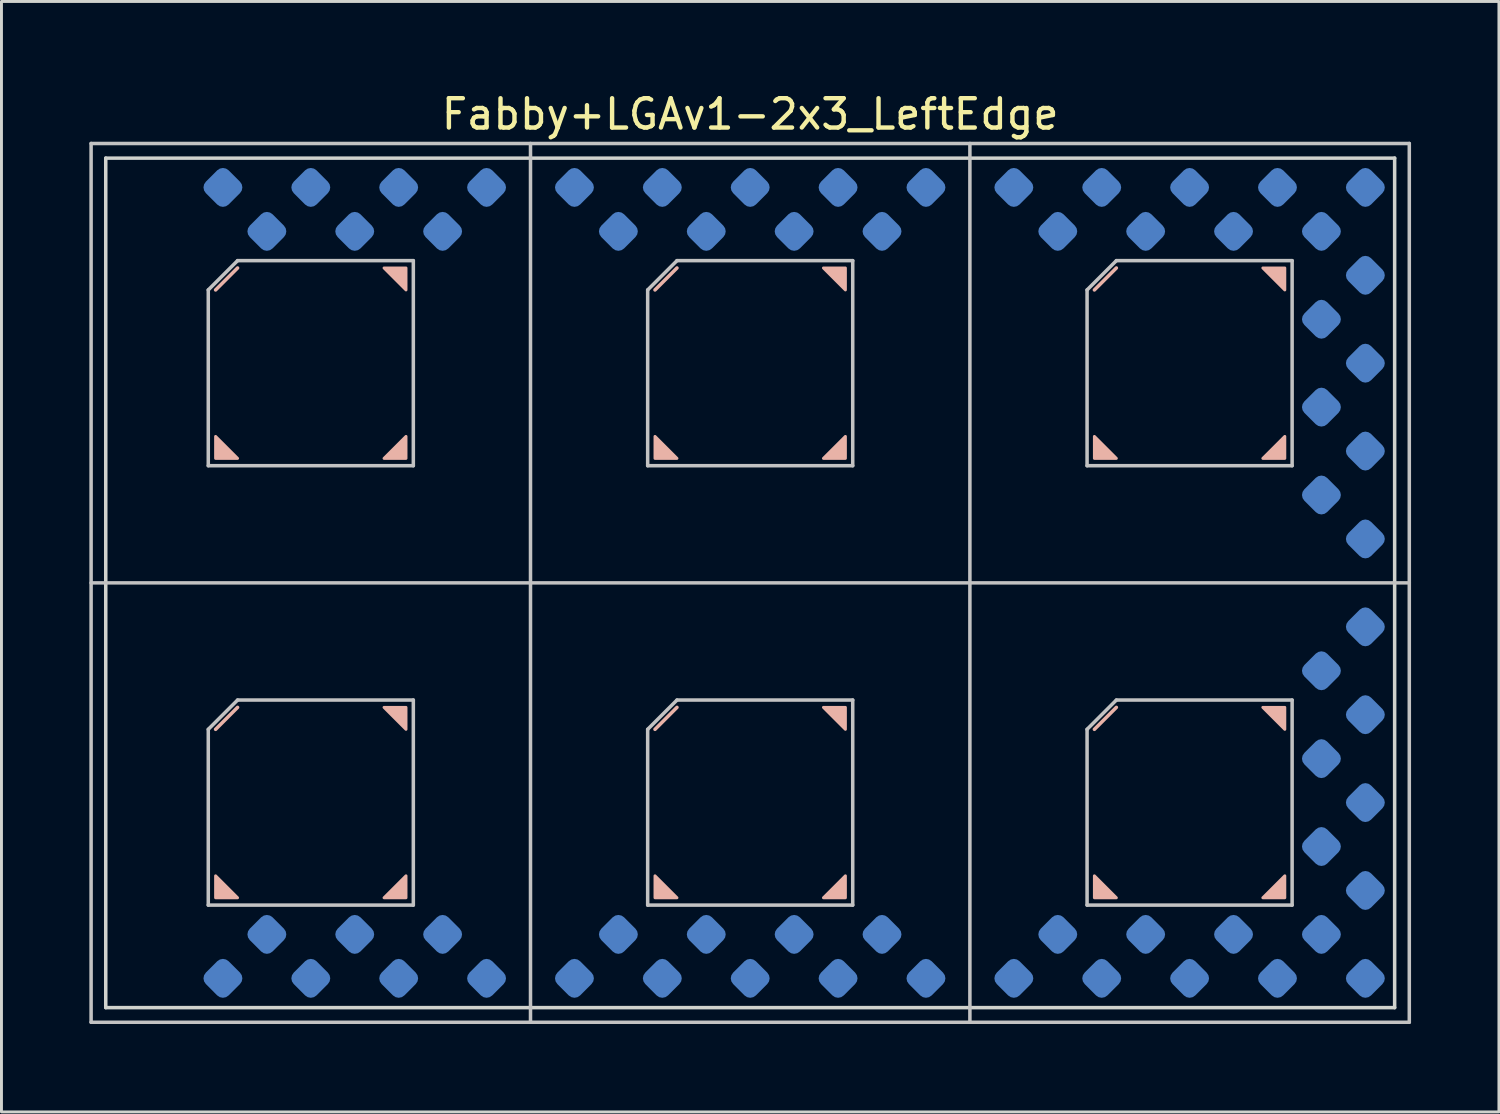
<source format=kicad_pcb>
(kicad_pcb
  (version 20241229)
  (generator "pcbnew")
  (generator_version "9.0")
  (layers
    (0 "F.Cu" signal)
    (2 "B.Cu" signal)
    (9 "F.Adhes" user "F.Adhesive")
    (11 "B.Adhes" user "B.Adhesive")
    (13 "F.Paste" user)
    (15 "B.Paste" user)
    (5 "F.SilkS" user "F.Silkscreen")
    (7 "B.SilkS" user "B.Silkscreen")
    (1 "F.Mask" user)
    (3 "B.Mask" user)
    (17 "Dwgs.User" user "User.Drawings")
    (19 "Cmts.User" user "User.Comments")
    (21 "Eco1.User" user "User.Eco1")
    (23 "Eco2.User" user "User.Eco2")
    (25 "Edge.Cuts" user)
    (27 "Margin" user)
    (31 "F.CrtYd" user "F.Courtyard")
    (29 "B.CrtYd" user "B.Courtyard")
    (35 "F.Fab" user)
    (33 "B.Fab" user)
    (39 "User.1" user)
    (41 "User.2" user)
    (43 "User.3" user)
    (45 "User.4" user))
  (footprint "Fabby+LGAv1-2x3_LeftEdge"
    (layer "F.Cu")
    (at 22.56 16.848)
    (property "Reference" "Fabby+LGAv1-2x3_LeftEdge" (at 0 -16 0) (layer "F.SilkS") (effects (font (size 1 1) (thickness 0.15))))
    (attr through_hole)
    (fp_line (start -17.5 -10.75) (end -18.25 -10) (stroke (width 0.12) (type solid)) (layer "B.SilkS"))
    (fp_line (start -17.5 4.25) (end -18.25 5) (stroke (width 0.12) (type solid)) (layer "B.SilkS"))
    (fp_line (start -2.5 -10.75) (end -3.25 -10) (stroke (width 0.12) (type solid)) (layer "B.SilkS"))
    (fp_line (start -2.5 4.25) (end -3.25 5) (stroke (width 0.12) (type solid)) (layer "B.SilkS"))
    (fp_line (start 12.5 -10.75) (end 11.75 -10) (stroke (width 0.12) (type solid)) (layer "B.SilkS"))
    (fp_line (start 12.5 4.25) (end 11.75 5) (stroke (width 0.12) (type solid)) (layer "B.SilkS"))
    (fp_poly (pts (xy -17.5 -4.25) (xy -18.25 -4.25) (xy -18.25 -5)) (stroke (width 0.1) (type solid)) (fill yes) (layer "B.SilkS"))
    (fp_poly (pts (xy -17.5 10.75) (xy -18.25 10.75) (xy -18.25 10)) (stroke (width 0.1) (type solid)) (fill yes) (layer "B.SilkS"))
    (fp_poly (pts (xy -11.75 -10) (xy -12.5 -10.75) (xy -11.75 -10.75)) (stroke (width 0.1) (type solid)) (fill yes) (layer "B.SilkS"))
    (fp_poly (pts (xy -11.75 -4.25) (xy -12.5 -4.25) (xy -11.75 -5)) (stroke (width 0.1) (type solid)) (fill yes) (layer "B.SilkS"))
    (fp_poly (pts (xy -11.75 5) (xy -12.5 4.25) (xy -11.75 4.25)) (stroke (width 0.1) (type solid)) (fill yes) (layer "B.SilkS"))
    (fp_poly (pts (xy -11.75 10.75) (xy -12.5 10.75) (xy -11.75 10)) (stroke (width 0.1) (type solid)) (fill yes) (layer "B.SilkS"))
    (fp_poly (pts (xy -2.5 -4.25) (xy -3.25 -4.25) (xy -3.25 -5)) (stroke (width 0.1) (type solid)) (fill yes) (layer "B.SilkS"))
    (fp_poly (pts (xy -2.5 10.75) (xy -3.25 10.75) (xy -3.25 10)) (stroke (width 0.1) (type solid)) (fill yes) (layer "B.SilkS"))
    (fp_poly (pts (xy 3.25 -10) (xy 2.5 -10.75) (xy 3.25 -10.75)) (stroke (width 0.1) (type solid)) (fill yes) (layer "B.SilkS"))
    (fp_poly (pts (xy 3.25 -4.25) (xy 2.5 -4.25) (xy 3.25 -5)) (stroke (width 0.1) (type solid)) (fill yes) (layer "B.SilkS"))
    (fp_poly (pts (xy 3.25 5) (xy 2.5 4.25) (xy 3.25 4.25)) (stroke (width 0.1) (type solid)) (fill yes) (layer "B.SilkS"))
    (fp_poly (pts (xy 3.25 10.75) (xy 2.5 10.75) (xy 3.25 10)) (stroke (width 0.1) (type solid)) (fill yes) (layer "B.SilkS"))
    (fp_poly (pts (xy 12.5 -4.25) (xy 11.75 -4.25) (xy 11.75 -5)) (stroke (width 0.1) (type solid)) (fill yes) (layer "B.SilkS"))
    (fp_poly (pts (xy 12.5 10.75) (xy 11.75 10.75) (xy 11.75 10)) (stroke (width 0.1) (type solid)) (fill yes) (layer "B.SilkS"))
    (fp_poly (pts (xy 18.25 -10) (xy 17.5 -10.75) (xy 18.25 -10.75)) (stroke (width 0.1) (type solid)) (fill yes) (layer "B.SilkS"))
    (fp_poly (pts (xy 18.25 -4.25) (xy 17.5 -4.25) (xy 18.25 -5)) (stroke (width 0.1) (type solid)) (fill yes) (layer "B.SilkS"))
    (fp_poly (pts (xy 18.25 5) (xy 17.5 4.25) (xy 18.25 4.25)) (stroke (width 0.1) (type solid)) (fill yes) (layer "B.SilkS"))
    (fp_poly (pts (xy 18.25 10.75) (xy 17.5 10.75) (xy 18.25 10)) (stroke (width 0.1) (type solid)) (fill yes) (layer "B.SilkS"))
    (fp_line (start -22.5 -15) (end 22.5 -15) (stroke (width 0.12) (type solid)) (layer "Dwgs.User"))
    (fp_line (start -22.5 15) (end -22.5 -15) (stroke (width 0.12) (type solid)) (layer "Dwgs.User"))
    (fp_line (start -18.5 -10) (end -18.5 -4) (stroke (width 0.12) (type solid)) (layer "Dwgs.User"))
    (fp_line (start -18.5 -4) (end -11.5 -4) (stroke (width 0.12) (type solid)) (layer "Dwgs.User"))
    (fp_line (start -18.5 5) (end -18.5 11) (stroke (width 0.12) (type solid)) (layer "Dwgs.User"))
    (fp_line (start -18.5 11) (end -11.5 11) (stroke (width 0.12) (type solid)) (layer "Dwgs.User"))
    (fp_line (start -17.5 -11) (end -18.5 -10) (stroke (width 0.12) (type solid)) (layer "Dwgs.User"))
    (fp_line (start -17.5 4) (end -18.5 5) (stroke (width 0.12) (type solid)) (layer "Dwgs.User"))
    (fp_line (start -11.5 -11) (end -17.5 -11) (stroke (width 0.12) (type solid)) (layer "Dwgs.User"))
    (fp_line (start -11.5 -4) (end -11.5 -11) (stroke (width 0.12) (type solid)) (layer "Dwgs.User"))
    (fp_line (start -11.5 4) (end -17.5 4) (stroke (width 0.12) (type solid)) (layer "Dwgs.User"))
    (fp_line (start -11.5 11) (end -11.5 4) (stroke (width 0.12) (type solid)) (layer "Dwgs.User"))
    (fp_line (start -7.5 -15) (end -7.5 15) (stroke (width 0.12) (type solid)) (layer "Dwgs.User"))
    (fp_line (start -3.5 -10) (end -3.5 -4) (stroke (width 0.12) (type solid)) (layer "Dwgs.User"))
    (fp_line (start -3.5 -4) (end 3.5 -4) (stroke (width 0.12) (type solid)) (layer "Dwgs.User"))
    (fp_line (start -3.5 5) (end -3.5 11) (stroke (width 0.12) (type solid)) (layer "Dwgs.User"))
    (fp_line (start -3.5 11) (end 3.5 11) (stroke (width 0.12) (type solid)) (layer "Dwgs.User"))
    (fp_line (start -2.5 -11) (end -3.5 -10) (stroke (width 0.12) (type solid)) (layer "Dwgs.User"))
    (fp_line (start -2.5 4) (end -3.5 5) (stroke (width 0.12) (type solid)) (layer "Dwgs.User"))
    (fp_line (start 3.5 -11) (end -2.5 -11) (stroke (width 0.12) (type solid)) (layer "Dwgs.User"))
    (fp_line (start 3.5 -4) (end 3.5 -11) (stroke (width 0.12) (type solid)) (layer "Dwgs.User"))
    (fp_line (start 3.5 4) (end -2.5 4) (stroke (width 0.12) (type solid)) (layer "Dwgs.User"))
    (fp_line (start 3.5 11) (end 3.5 4) (stroke (width 0.12) (type solid)) (layer "Dwgs.User"))
    (fp_line (start 7.5 -15) (end 7.5 15) (stroke (width 0.12) (type solid)) (layer "Dwgs.User"))
    (fp_line (start 11.5 -10) (end 11.5 -4) (stroke (width 0.12) (type solid)) (layer "Dwgs.User"))
    (fp_line (start 11.5 -4) (end 18.5 -4) (stroke (width 0.12) (type solid)) (layer "Dwgs.User"))
    (fp_line (start 11.5 5) (end 11.5 11) (stroke (width 0.12) (type solid)) (layer "Dwgs.User"))
    (fp_line (start 11.5 11) (end 18.5 11) (stroke (width 0.12) (type solid)) (layer "Dwgs.User"))
    (fp_line (start 12.5 -11) (end 11.5 -10) (stroke (width 0.12) (type solid)) (layer "Dwgs.User"))
    (fp_line (start 12.5 4) (end 11.5 5) (stroke (width 0.12) (type solid)) (layer "Dwgs.User"))
    (fp_line (start 18.5 -11) (end 12.5 -11) (stroke (width 0.12) (type solid)) (layer "Dwgs.User"))
    (fp_line (start 18.5 -4) (end 18.5 -11) (stroke (width 0.12) (type solid)) (layer "Dwgs.User"))
    (fp_line (start 18.5 4) (end 12.5 4) (stroke (width 0.12) (type solid)) (layer "Dwgs.User"))
    (fp_line (start 18.5 11) (end 18.5 4) (stroke (width 0.12) (type solid)) (layer "Dwgs.User"))
    (fp_line (start 22.5 -15) (end 22.5 15) (stroke (width 0.12) (type solid)) (layer "Dwgs.User"))
    (fp_line (start 22.5 0) (end -22.5 0) (stroke (width 0.12) (type solid)) (layer "Dwgs.User"))
    (fp_line (start 22.5 15) (end -22.5 15) (stroke (width 0.12) (type solid)) (layer "Dwgs.User"))
    (fp_line (start -22 -14.5) (end 22 -14.5) (stroke (width 0.12) (type solid)) (layer "Edge.Cuts"))
    (fp_line (start -22 14.5) (end -22 -14.5) (stroke (width 0.12) (type solid)) (layer "Edge.Cuts"))
    (fp_line (start -22 14.5) (end 22 14.5) (stroke (width 0.12) (type solid)) (layer "Edge.Cuts"))
    (fp_line (start 22 -14.5) (end 22 14.5) (stroke (width 0.12) (type solid)) (layer "Edge.Cuts"))
    (pad "20" smd roundrect (at -18 13.5 45) (size 1.1 1.1) (layers "B.Cu" "B.Mask" "B.Paste") (roundrect_rratio 0.25))
    (pad "21" smd roundrect (at -16.5 12 45) (size 1.1 1.1) (layers "B.Cu" "B.Mask" "B.Paste") (roundrect_rratio 0.25))
    (pad "22" smd roundrect (at -15 13.5 45) (size 1.1 1.1) (layers "B.Cu" "B.Mask" "B.Paste") (roundrect_rratio 0.25))
    (pad "23" smd roundrect (at -13.5 12 45) (size 1.1 1.1) (layers "B.Cu" "B.Mask" "B.Paste") (roundrect_rratio 0.25))
    (pad "24" smd roundrect (at -12 13.5 45) (size 1.1 1.1) (layers "B.Cu" "B.Mask" "B.Paste") (roundrect_rratio 0.25))
    (pad "25" smd roundrect (at -10.5 12 45) (size 1.1 1.1) (layers "B.Cu" "B.Mask" "B.Paste") (roundrect_rratio 0.25))
    (pad "26" smd roundrect (at -9 13.5 45) (size 1.1 1.1) (layers "B.Cu" "B.Mask" "B.Paste") (roundrect_rratio 0.25))
    (pad "28" smd roundrect (at -6 13.5 45) (size 1.1 1.1) (layers "B.Cu" "B.Mask" "B.Paste") (roundrect_rratio 0.25))
    (pad "29" smd roundrect (at -4.5 12 45) (size 1.1 1.1) (layers "B.Cu" "B.Mask" "B.Paste") (roundrect_rratio 0.25))
    (pad "30" smd roundrect (at -3 13.5 45) (size 1.1 1.1) (layers "B.Cu" "B.Mask" "B.Paste") (roundrect_rratio 0.25))
    (pad "31" smd roundrect (at -1.5 12 45) (size 1.1 1.1) (layers "B.Cu" "B.Mask" "B.Paste") (roundrect_rratio 0.25))
    (pad "32" smd roundrect (at 0 13.5 45) (size 1.1 1.1) (layers "B.Cu" "B.Mask" "B.Paste") (roundrect_rratio 0.25))
    (pad "33" smd roundrect (at 1.5 12 45) (size 1.1 1.1) (layers "B.Cu" "B.Mask" "B.Paste") (roundrect_rratio 0.25))
    (pad "34" smd roundrect (at 3 13.5 45) (size 1.1 1.1) (layers "B.Cu" "B.Mask" "B.Paste") (roundrect_rratio 0.25))
    (pad "35" smd roundrect (at 4.5 12 45) (size 1.1 1.1) (layers "B.Cu" "B.Mask" "B.Paste") (roundrect_rratio 0.25))
    (pad "36" smd roundrect (at 6 13.5 45) (size 1.1 1.1) (layers "B.Cu" "B.Mask" "B.Paste") (roundrect_rratio 0.25))
    (pad "38" smd roundrect (at 9 13.5 45) (size 1.1 1.1) (layers "B.Cu" "B.Mask" "B.Paste") (roundrect_rratio 0.25))
    (pad "39" smd roundrect (at 10.5 12 45) (size 1.1 1.1) (layers "B.Cu" "B.Mask" "B.Paste") (roundrect_rratio 0.25))
    (pad "40" smd roundrect (at 12 13.5 45) (size 1.1 1.1) (layers "B.Cu" "B.Mask" "B.Paste") (roundrect_rratio 0.25))
    (pad "41" smd roundrect (at 13.5 12 45) (size 1.1 1.1) (layers "B.Cu" "B.Mask" "B.Paste") (roundrect_rratio 0.25))
    (pad "42" smd roundrect (at 15 13.5 45) (size 1.1 1.1) (layers "B.Cu" "B.Mask" "B.Paste") (roundrect_rratio 0.25))
    (pad "43" smd roundrect (at 16.5 12 45) (size 1.1 1.1) (layers "B.Cu" "B.Mask" "B.Paste") (roundrect_rratio 0.25))
    (pad "44" smd roundrect (at 18 13.5 45) (size 1.1 1.1) (layers "B.Cu" "B.Mask" "B.Paste") (roundrect_rratio 0.25))
    (pad "45" smd roundrect (at 19.5 12 45) (size 1.1 1.1) (layers "B.Cu" "B.Mask" "B.Paste") (roundrect_rratio 0.25))
    (pad "46" smd roundrect (at 21 13.5 45) (size 1.1 1.1) (layers "B.Cu" "B.Mask" "B.Paste") (roundrect_rratio 0.25))
    (pad "47" smd roundrect (at 21 10.5 45) (size 1.1 1.1) (layers "B.Cu" "B.Mask" "B.Paste") (roundrect_rratio 0.25))
    (pad "48" smd roundrect (at 19.5 9 45) (size 1.1 1.1) (layers "B.Cu" "B.Mask" "B.Paste") (roundrect_rratio 0.25))
    (pad "49" smd roundrect (at 21 7.5 45) (size 1.1 1.1) (layers "B.Cu" "B.Mask" "B.Paste") (roundrect_rratio 0.25))
    (pad "50" smd roundrect (at 19.5 6 45) (size 1.1 1.1) (layers "B.Cu" "B.Mask" "B.Paste") (roundrect_rratio 0.25))
    (pad "51" smd roundrect (at 21 4.5 45) (size 1.1 1.1) (layers "B.Cu" "B.Mask" "B.Paste") (roundrect_rratio 0.25))
    (pad "52" smd roundrect (at 19.5 3 45) (size 1.1 1.1) (layers "B.Cu" "B.Mask" "B.Paste") (roundrect_rratio 0.25))
    (pad "53" smd roundrect (at 21 1.5 45) (size 1.1 1.1) (layers "B.Cu" "B.Mask" "B.Paste") (roundrect_rratio 0.25))
    (pad "55" smd roundrect (at 21 -1.5 45) (size 1.1 1.1) (layers "B.Cu" "B.Mask" "B.Paste") (roundrect_rratio 0.25))
    (pad "56" smd roundrect (at 19.5 -3 45) (size 1.1 1.1) (layers "B.Cu" "B.Mask" "B.Paste") (roundrect_rratio 0.25))
    (pad "57" smd roundrect (at 21 -4.5 45) (size 1.1 1.1) (layers "B.Cu" "B.Mask" "B.Paste") (roundrect_rratio 0.25))
    (pad "58" smd roundrect (at 19.5 -6 45) (size 1.1 1.1) (layers "B.Cu" "B.Mask" "B.Paste") (roundrect_rratio 0.25))
    (pad "59" smd roundrect (at 21 -7.5 45) (size 1.1 1.1) (layers "B.Cu" "B.Mask" "B.Paste") (roundrect_rratio 0.25))
    (pad "60" smd roundrect (at 19.5 -9 45) (size 1.1 1.1) (layers "B.Cu" "B.Mask" "B.Paste") (roundrect_rratio 0.25))
    (pad "61" smd roundrect (at 21 -10.5 45) (size 1.1 1.1) (layers "B.Cu" "B.Mask" "B.Paste") (roundrect_rratio 0.25))
    (pad "62" smd roundrect (at 19.5 -12 45) (size 1.1 1.1) (layers "B.Cu" "B.Mask" "B.Paste") (roundrect_rratio 0.25))
    (pad "63" smd roundrect (at 21 -13.5 45) (size 1.1 1.1) (layers "B.Cu" "B.Mask" "B.Paste") (roundrect_rratio 0.25))
    (pad "64" smd roundrect (at 18 -13.5 45) (size 1.1 1.1) (layers "B.Cu" "B.Mask" "B.Paste") (roundrect_rratio 0.25))
    (pad "65" smd roundrect (at 16.5 -12 45) (size 1.1 1.1) (layers "B.Cu" "B.Mask" "B.Paste") (roundrect_rratio 0.25))
    (pad "66" smd roundrect (at 15 -13.5 45) (size 1.1 1.1) (layers "B.Cu" "B.Mask" "B.Paste") (roundrect_rratio 0.25))
    (pad "67" smd roundrect (at 13.5 -12 45) (size 1.1 1.1) (layers "B.Cu" "B.Mask" "B.Paste") (roundrect_rratio 0.25))
    (pad "68" smd roundrect (at 12 -13.5 45) (size 1.1 1.1) (layers "B.Cu" "B.Mask" "B.Paste") (roundrect_rratio 0.25))
    (pad "69" smd roundrect (at 10.5 -12 45) (size 1.1 1.1) (layers "B.Cu" "B.Mask" "B.Paste") (roundrect_rratio 0.25))
    (pad "70" smd roundrect (at 9 -13.5 45) (size 1.1 1.1) (layers "B.Cu" "B.Mask" "B.Paste") (roundrect_rratio 0.25))
    (pad "72" smd roundrect (at 6 -13.5 45) (size 1.1 1.1) (layers "B.Cu" "B.Mask" "B.Paste") (roundrect_rratio 0.25))
    (pad "73" smd roundrect (at 4.5 -12 45) (size 1.1 1.1) (layers "B.Cu" "B.Mask" "B.Paste") (roundrect_rratio 0.25))
    (pad "74" smd roundrect (at 3 -13.5 45) (size 1.1 1.1) (layers "B.Cu" "B.Mask" "B.Paste") (roundrect_rratio 0.25))
    (pad "75" smd roundrect (at 1.5 -12 45) (size 1.1 1.1) (layers "B.Cu" "B.Mask" "B.Paste") (roundrect_rratio 0.25))
    (pad "76" smd roundrect (at 0 -13.5 45) (size 1.1 1.1) (layers "B.Cu" "B.Mask" "B.Paste") (roundrect_rratio 0.25))
    (pad "77" smd roundrect (at -1.5 -12 45) (size 1.1 1.1) (layers "B.Cu" "B.Mask" "B.Paste") (roundrect_rratio 0.25))
    (pad "78" smd roundrect (at -3 -13.5 45) (size 1.1 1.1) (layers "B.Cu" "B.Mask" "B.Paste") (roundrect_rratio 0.25))
    (pad "79" smd roundrect (at -4.5 -12 45) (size 1.1 1.1) (layers "B.Cu" "B.Mask" "B.Paste") (roundrect_rratio 0.25))
    (pad "80" smd roundrect (at -6 -13.5 45) (size 1.1 1.1) (layers "B.Cu" "B.Mask" "B.Paste") (roundrect_rratio 0.25))
    (pad "82" smd roundrect (at -9 -13.5 45) (size 1.1 1.1) (layers "B.Cu" "B.Mask" "B.Paste") (roundrect_rratio 0.25))
    (pad "83" smd roundrect (at -10.5 -12 45) (size 1.1 1.1) (layers "B.Cu" "B.Mask" "B.Paste") (roundrect_rratio 0.25))
    (pad "84" smd roundrect (at -12 -13.5 45) (size 1.1 1.1) (layers "B.Cu" "B.Mask" "B.Paste") (roundrect_rratio 0.25))
    (pad "85" smd roundrect (at -13.5 -12 45) (size 1.1 1.1) (layers "B.Cu" "B.Mask" "B.Paste") (roundrect_rratio 0.25))
    (pad "86" smd roundrect (at -15 -13.5 45) (size 1.1 1.1) (layers "B.Cu" "B.Mask" "B.Paste") (roundrect_rratio 0.25))
    (pad "87" smd roundrect (at -16.5 -12 45) (size 1.1 1.1) (layers "B.Cu" "B.Mask" "B.Paste") (roundrect_rratio 0.25))
    (pad "88" smd roundrect (at -18 -13.5 45) (size 1.1 1.1) (layers "B.Cu" "B.Mask" "B.Paste") (roundrect_rratio 0.25)))
  (gr_rect
    (start -3 -3)
    (end 48.12 34.908)
    (stroke (width 0.1) (type default))
    (fill no)
    (layer "Edge.Cuts")))
</source>
